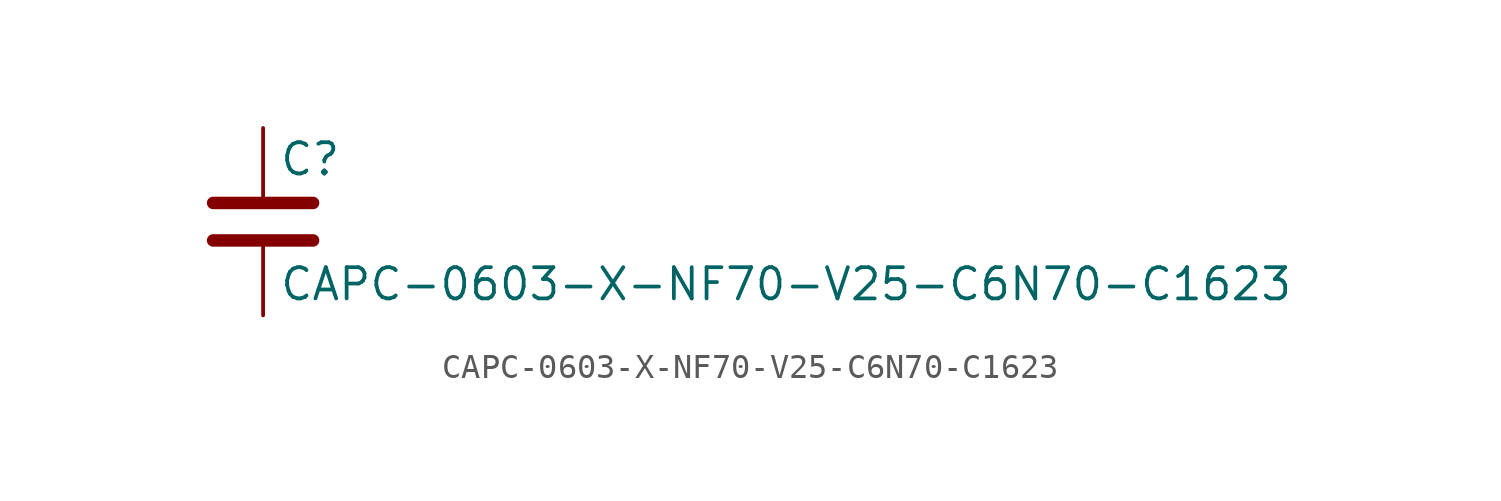
<source format=kicad_sym>
(kicad_symbol_lib
  (version 20211014)
  (generator kicad_symbol_editor)
  (symbol "CAPC-0603-X-NF70-V25-C6N70-C1623"
    (pin_numbers hide)
    (pin_names
      (offset 0.254))
    (property "Reference" "C"
      (at 0.635 2.54 0)
      (effects (font (size 1.27 1.27)) (justify left)))
    (property "Value" "CAPC-0603-X-NF70-V25-C6N70-C1623"
      (at 0.635 -2.54 0)
      (effects (font (size 1.27 1.27)) (justify left)))
    (symbol "CAPC-0603-X-NF70-V25-C6N70-C1623_0_1"
      (polyline (pts (xy -2.032 -0.762) (xy 2.032 -0.762)) (stroke (width 0.508) (type default) (color 0 0 0 0)) (fill (type none)))
      (polyline (pts (xy -2.032 0.762) (xy 2.032 0.762)) (stroke (width 0.508) (type default) (color 0 0 0 0)) (fill (type none))))
    (symbol "CAPC-0603-X-NF70-V25-C6N70-C1623_1_1"
      (pin passive line (at 0 3.81 270) (length 2.794) (name "~" (effects (font (size 1.27 1.27)))) (number "1" (effects (font (size 1.27 1.27)))))
      (pin passive line (at 0 -3.81 90) (length 2.794) (name "~" (effects (font (size 1.27 1.27)))) (number "2" (effects (font (size 1.27 1.27))))))))
</source>
